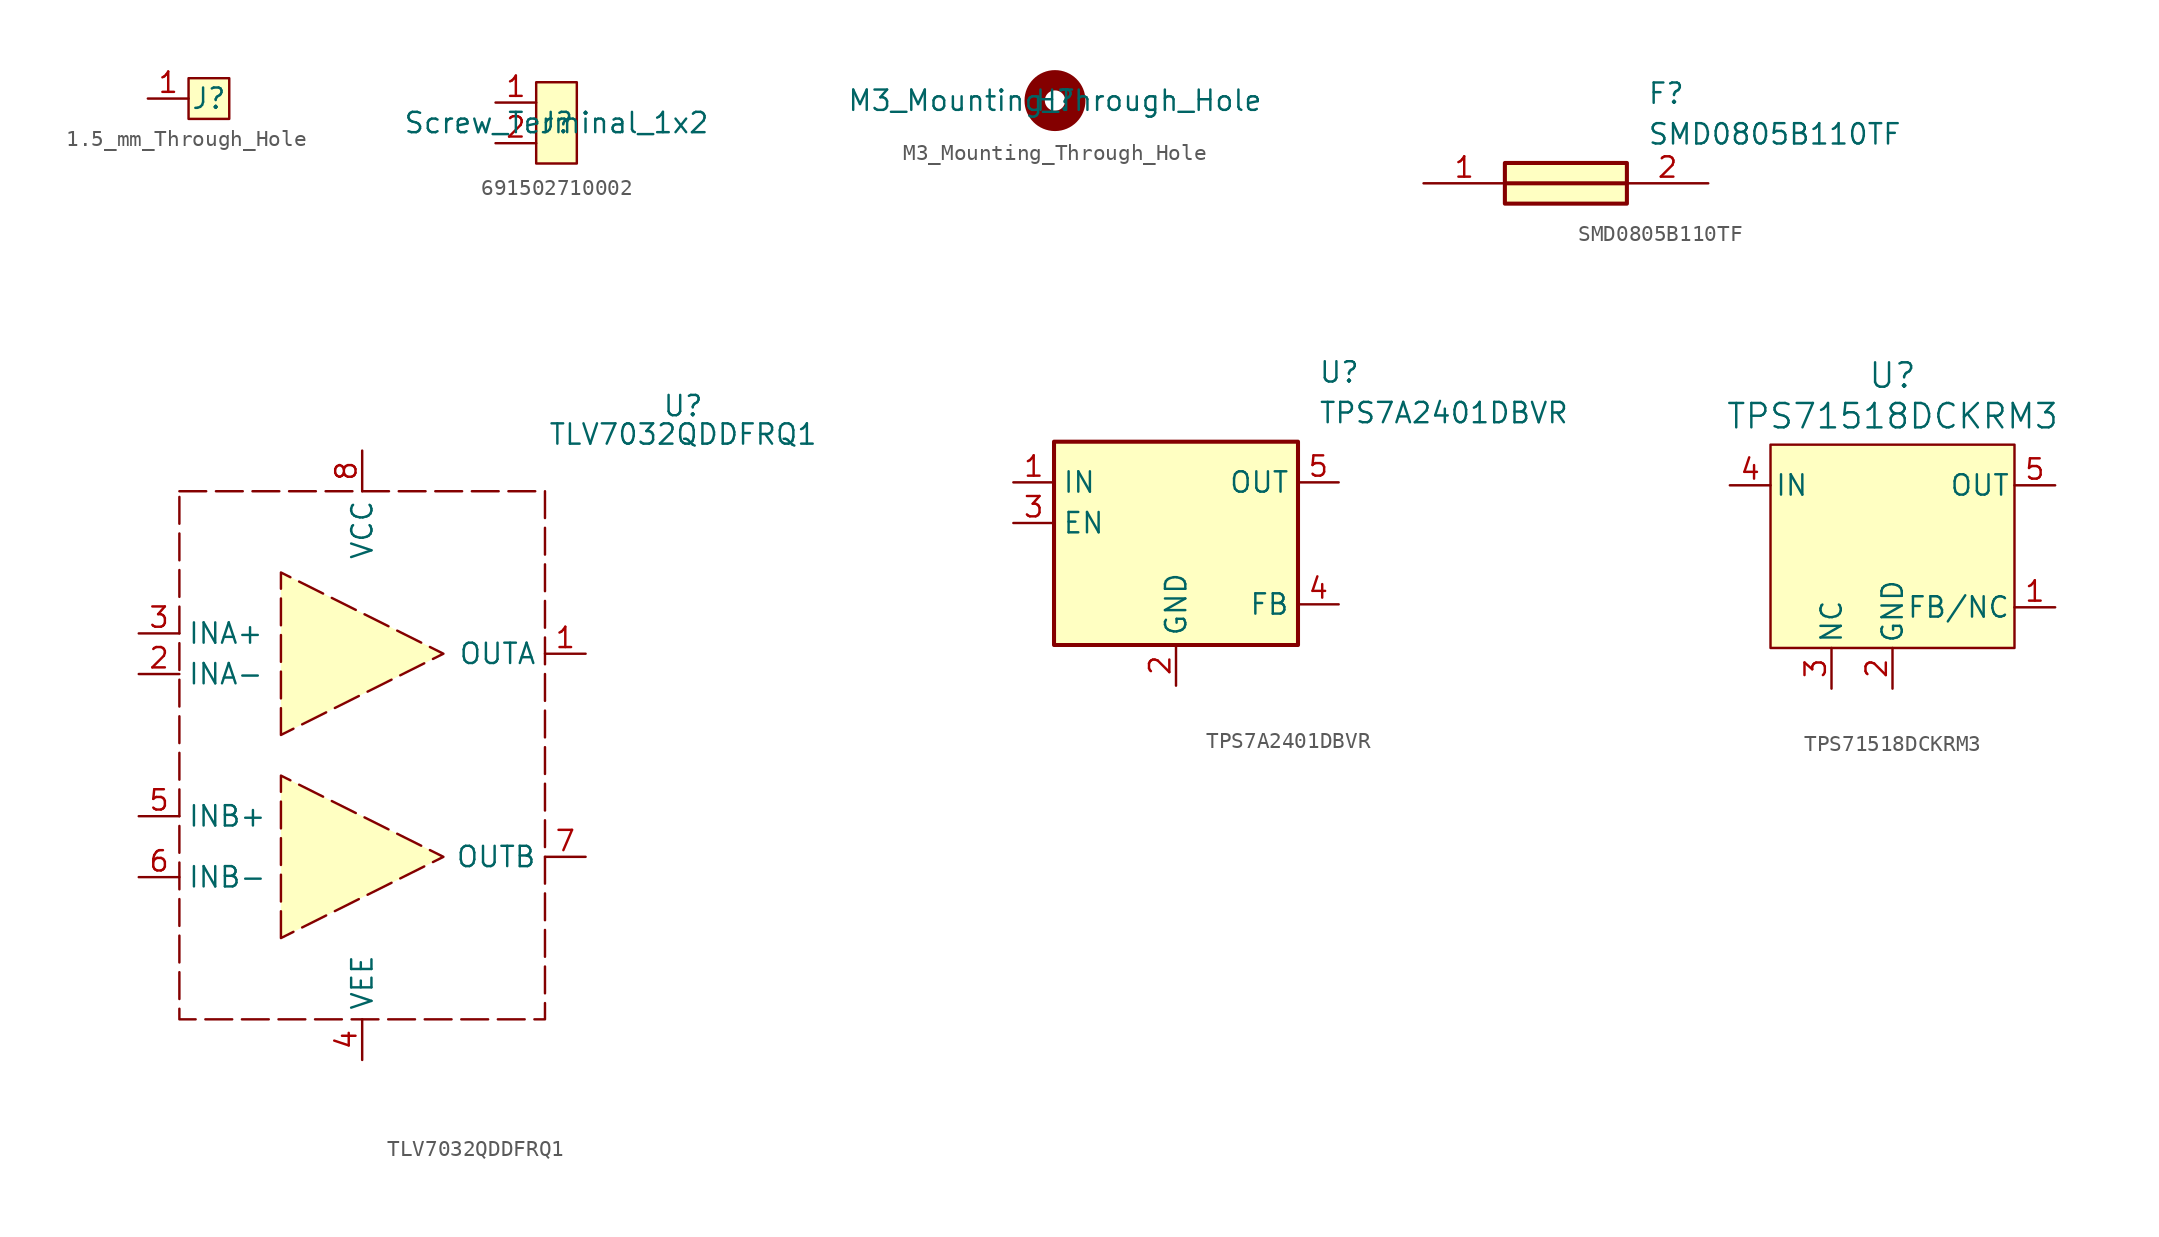
<source format=kicad_sym>
(kicad_symbol_lib
  (version 20241209)
  (generator "kicad_symbol_editor")
  (generator_version "9.0")
  (symbol "1.5_mm_Through_Hole"
    (property "Reference" "J"
      (at 0 0 0)
      (effects (font (size 1.27 1.27))))
    (property "Value" ""
      (at 0 0 0)
      (effects (font (size 1.27 1.27))))
    (symbol "1.5_mm_Through_Hole_1_1"
      (rectangle (start -1.27 1.27) (end 1.27 -1.27) (stroke (width 0) (type solid)) (fill (type background)))
      (pin bidirectional line (at -3.81 0 0) (length 2.54) (name "" (effects (font (size 1.27 1.27)))) (number "1" (effects (font (size 1.27 1.27)))))))
  (symbol "691502710002"
    (property "Reference" "J"
      (at 0 0 0)
      (effects (font (size 1.27 1.27))))
    (property "Value" "Screw_Terminal_1x2"
      (at 0 0 0)
      (effects (font (size 1.27 1.27))))
    (symbol "691502710002_1_1"
      (rectangle (start -1.27 2.54) (end 1.27 -2.54) (stroke (width 0) (type solid)) (fill (type background)))
      (pin bidirectional line (at -3.81 1.27 0) (length 2.54) (name "" (effects (font (size 1.27 1.27)))) (number "1" (effects (font (size 1.27 1.27)))))
      (pin bidirectional line (at -3.81 -1.27 0) (length 2.54) (name "" (effects (font (size 1.27 1.27)))) (number "2" (effects (font (size 1.27 1.27)))))))
  (symbol "M3_Mounting_Through_Hole"
    (property "Reference" "H"
      (at 0 0 0)
      (effects (font (size 1.27 1.27))))
    (property "Value" "M3_Mounting_Through_Hole"
      (at 0 0 0)
      (effects (font (size 1.27 1.27))))
    (symbol "M3_Mounting_Through_Hole_1_1"
      (circle (center 0 0) (radius 1.27) (stroke (width 1.27) (type solid)) (fill (type none)))))
  (symbol "SMD0805B110TF"
    (pin_names
      (hide yes))
    (property "Reference" "F"
      (at 13.97 6.35 0)
      (effects (font (size 1.27 1.27)) (justify left top)))
    (property "Value" "SMD0805B110TF"
      (at 13.97 3.81 0)
      (effects (font (size 1.27 1.27)) (justify left top)))
    (symbol "SMD0805B110TF_1_1"
      (rectangle (start 5.08 1.27) (end 12.7 -1.27) (stroke (width 0.254) (type default)) (fill (type background)))
      (polyline (pts (xy 5.08 0) (xy 12.7 0)) (stroke (width 0.254) (type default)) (fill (type none)))
      (pin passive line (at 0 0 0) (length 5.08) (name "1" (effects (font (size 1.27 1.27)))) (number "1" (effects (font (size 1.27 1.27)))))
      (pin passive line (at 17.78 0 180) (length 5.08) (name "2" (effects (font (size 1.27 1.27)))) (number "2" (effects (font (size 1.27 1.27)))))))
  (symbol "TLV7032QDDFRQ1"
    (property "Reference" "U"
      (at 20.066 21.844 0)
      (effects (font (size 1.27 1.27))))
    (property "Value" "TLV7032QDDFRQ1"
      (at 20.066 20.066 0)
      (effects (font (size 1.27 1.27))))
    (symbol "TLV7032QDDFRQ1_1_1"
      (rectangle (start -11.43 16.51) (end 11.43 -16.51) (stroke (width 0) (type dash)) (fill (type none)))
      (polyline (pts (xy -5.08 1.27) (xy -5.08 11.43) (xy 5.08 6.35) (xy -5.08 1.27)) (stroke (width 0) (type solid)) (fill (type background)))
      (polyline (pts (xy -5.08 -11.43) (xy -5.08 -1.27) (xy 5.08 -6.35) (xy -5.08 -11.43)) (stroke (width 0) (type solid)) (fill (type background)))
      (pin input line (at -13.97 7.62 0) (length 2.54) (name "INA+" (effects (font (size 1.27 1.27)))) (number "3" (effects (font (size 1.27 1.27)))))
      (pin input line (at -13.97 5.08 0) (length 2.54) (name "INA-" (effects (font (size 1.27 1.27)))) (number "2" (effects (font (size 1.27 1.27)))))
      (pin input line (at -13.97 -3.81 0) (length 2.54) (name "INB+" (effects (font (size 1.27 1.27)))) (number "5" (effects (font (size 1.27 1.27)))))
      (pin input line (at -13.97 -7.62 0) (length 2.54) (name "INB-" (effects (font (size 1.27 1.27)))) (number "6" (effects (font (size 1.27 1.27)))))
      (pin bidirectional line (at 0 19.05 270) (length 2.54) (name "VCC" (effects (font (size 1.27 1.27)))) (number "8" (effects (font (size 1.27 1.27)))))
      (pin bidirectional line (at 0 -19.05 90) (length 2.54) (name "VEE" (effects (font (size 1.27 1.27)))) (number "4" (effects (font (size 1.27 1.27)))))
      (pin output line (at 13.97 6.35 180) (length 2.54) (name "OUTA" (effects (font (size 1.27 1.27)))) (number "1" (effects (font (size 1.27 1.27)))))
      (pin output line (at 13.97 -6.35 180) (length 2.54) (name "OUTB" (effects (font (size 1.27 1.27)))) (number "7" (effects (font (size 1.27 1.27)))))))
  (symbol "TPS7A2401DBVR"
    (property "Reference" "U"
      (at 21.59 7.62 0)
      (effects (font (size 1.27 1.27)) (justify left top)))
    (property "Value" "TPS7A2401DBVR"
      (at 21.59 5.08 0)
      (effects (font (size 1.27 1.27)) (justify left top)))
    (symbol "TPS7A2401DBVR_1_1"
      (rectangle (start 5.08 2.54) (end 20.32 -10.16) (stroke (width 0.254) (type default)) (fill (type background)))
      (pin input line (at 2.54 0 0) (length 2.54) (name "IN" (effects (font (size 1.27 1.27)))) (number "1" (effects (font (size 1.27 1.27)))))
      (pin input line (at 2.54 -2.54 0) (length 2.54) (name "EN" (effects (font (size 1.27 1.27)))) (number "3" (effects (font (size 1.27 1.27)))))
      (pin power_in line (at 12.7 -12.7 90) (length 2.54) (name "GND" (effects (font (size 1.27 1.27)))) (number "2" (effects (font (size 1.27 1.27)))))
      (pin output line (at 22.86 0 180) (length 2.54) (name "OUT" (effects (font (size 1.27 1.27)))) (number "5" (effects (font (size 1.27 1.27)))))
      (pin bidirectional line (at 22.86 -7.62 180) (length 2.54) (name "FB" (effects (font (size 1.27 1.27)))) (number "4" (effects (font (size 1.27 1.27)))))))
  (symbol "TPS71518DCKRM3"
    (pin_names
      (offset 0.254))
    (property "Reference" "U"
      (at 0 10.668 0)
      (effects (font (size 1.524 1.524))))
    (property "Value" "TPS71518DCKRM3"
      (at 0 8.128 0)
      (effects (font (size 1.524 1.524))))
    (symbol "TPS71518DCKRM3_1_1"
      (rectangle (start -7.62 6.35) (end 7.62 -6.35) (stroke (width 0) (type solid)) (fill (type background)))
      (pin input line (at -10.16 3.81 0) (length 2.54) (name "IN" (effects (font (size 1.27 1.27)))) (number "4" (effects (font (size 1.27 1.27)))))
      (pin unspecified line (at -3.81 -8.89 90) (length 2.54) (name "NC" (effects (font (size 1.27 1.27)))) (number "3" (effects (font (size 1.27 1.27)))))
      (pin power_in line (at 0 -8.89 90) (length 2.54) (name "GND" (effects (font (size 1.27 1.27)))) (number "2" (effects (font (size 1.27 1.27)))))
      (pin output line (at 10.16 3.81 180) (length 2.54) (name "OUT" (effects (font (size 1.27 1.27)))) (number "5" (effects (font (size 1.27 1.27)))))
      (pin bidirectional line (at 10.16 -3.81 180) (length 2.54) (name "FB/NC" (effects (font (size 1.27 1.27)))) (number "1" (effects (font (size 1.27 1.27))))))))
</source>
